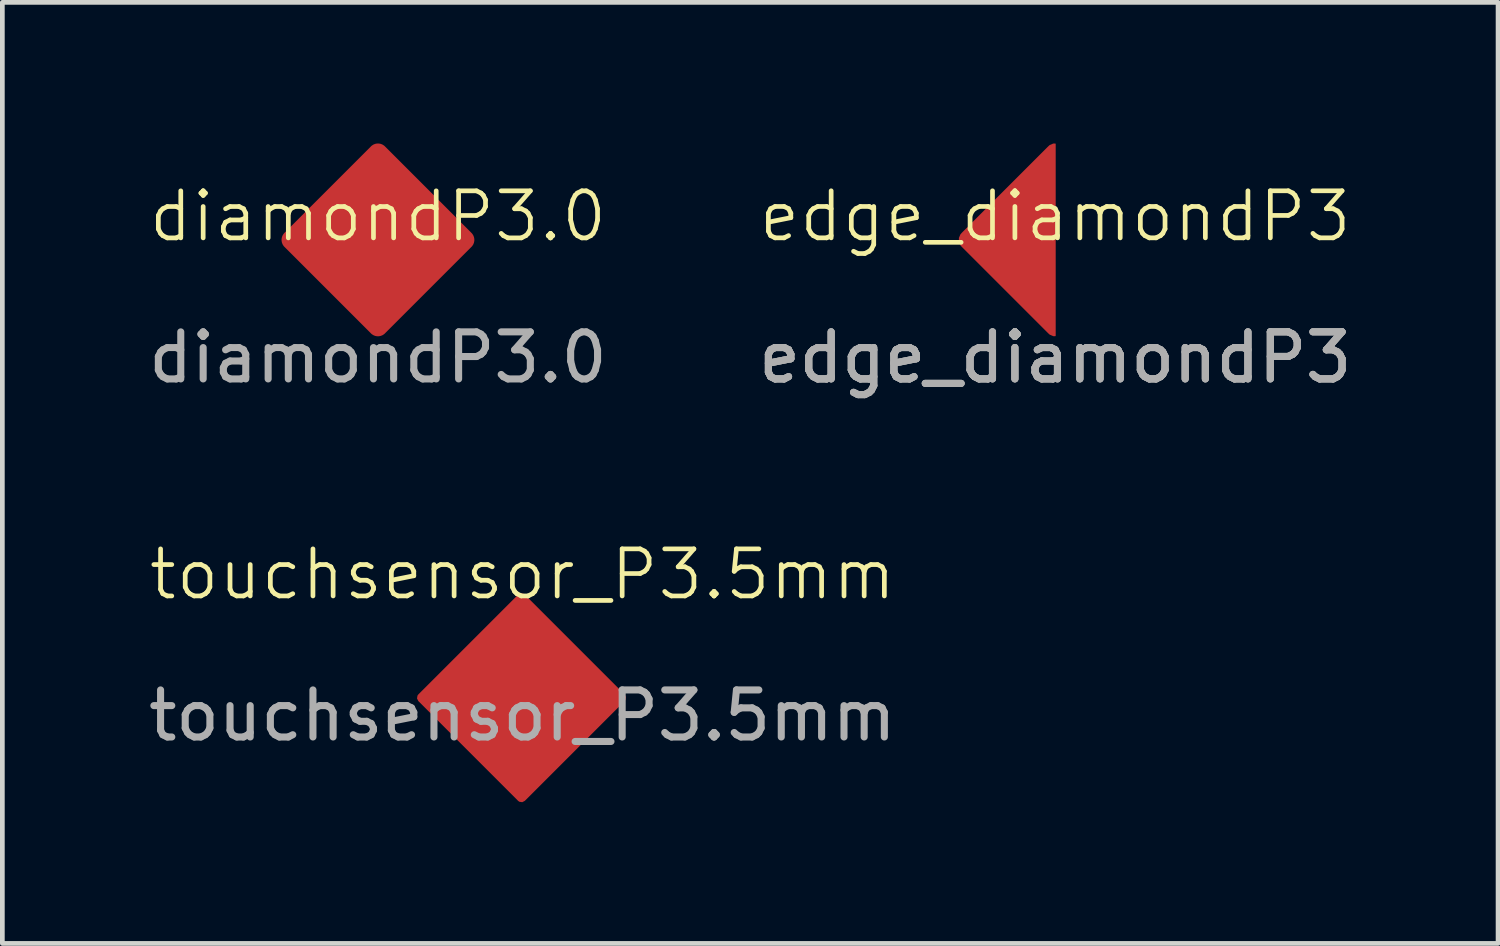
<source format=kicad_pcb>
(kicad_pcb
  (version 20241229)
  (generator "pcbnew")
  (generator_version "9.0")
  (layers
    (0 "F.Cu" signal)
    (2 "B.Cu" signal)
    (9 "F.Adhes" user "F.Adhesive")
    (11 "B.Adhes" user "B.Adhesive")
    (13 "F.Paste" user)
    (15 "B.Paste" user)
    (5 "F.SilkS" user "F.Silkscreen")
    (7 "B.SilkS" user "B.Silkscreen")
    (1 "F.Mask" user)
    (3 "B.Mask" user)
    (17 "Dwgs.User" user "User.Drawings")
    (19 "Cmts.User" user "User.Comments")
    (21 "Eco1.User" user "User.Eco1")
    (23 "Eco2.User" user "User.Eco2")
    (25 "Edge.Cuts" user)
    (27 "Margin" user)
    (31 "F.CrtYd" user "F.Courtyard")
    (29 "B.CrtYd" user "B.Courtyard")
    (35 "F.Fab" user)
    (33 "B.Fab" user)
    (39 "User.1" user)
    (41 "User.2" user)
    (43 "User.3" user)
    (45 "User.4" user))
  (footprint "touchsensor_P3.5mm"
    (layer "F.Cu")
    (at 8.032 11.778)
    (property "Reference" "touchsensor_P3.5mm" (at 0.021 -2.621 0) (unlocked yes) (layer "F.SilkS") (effects (font (size 1 1) (thickness 0.1))))
    (attr smd)
    (fp_text user "${REFERENCE}" (at 0.021 0.379 0) (unlocked yes) (layer "F.Fab") (effects (font (size 1 1) (thickness 0.15))))
    (pad "1" smd circle (at -1.1 0) (size 0.8 0.8) (layers "F.Cu" "F.Mask" "F.Paste"))
    (pad "1" smd circle (at 0 -1) (size 0.8 0.8) (layers "F.Cu" "F.Mask" "F.Paste"))
    (pad "1" smd custom (at 0 0) (size 0.8 0.8) (layers "F.Cu" "F.Mask" "F.Paste") (options (anchor circle)) (primitives (gr_poly (pts (xy -2.121 0) (xy 0 -2.121) (xy 2.121 0) (xy 0 2.121)) (width 0.2) (fill yes))))
    (pad "1" smd circle (at 0 1.1) (size 0.8 0.8) (layers "F.Cu" "F.Mask" "F.Paste"))
    (pad "1" smd circle (at 1.1 0) (size 0.8 0.8) (layers "F.Cu" "F.Mask" "F.Paste")))
  (footprint "diamondP3.0"
    (layer "F.Cu")
    (at 4.982 2.048)
    (property "Reference" "diamondP3.0" (at 0 -0.5 0) (unlocked yes) (layer "F.SilkS") (effects (font (size 1 1) (thickness 0.1))))
    (attr smd)
    (fp_text user "${REFERENCE}" (at 0 2.5 0) (unlocked yes) (layer "F.Fab") (effects (font (size 1 1) (thickness 0.15))))
    (pad "1" smd custom (at 0 0) (size 0.8 0.8) (layers "F.Cu") (options (anchor circle)) (primitives (gr_poly (pts (arc (start 1.979899 0.141421) (mid 2.038477 0) (end 1.979899 -0.141421)) (arc (start 0.141421 -1.979899) (mid 0 -2.038477) (end -0.141421 -1.979899)) (arc (start -1.979898 -0.141422) (mid -2.038477 -0.000001) (end -1.979899 0.141421)) (arc (start -0.141422 1.979898) (mid -0.000001 2.038477) (end 0.141421 1.979899))) (width 0.02) (fill yes)))))
  (footprint "edge_diamondP3"
    (layer "F.Cu")
    (at 19.375 2.047)
    (property "Reference" "edge_diamondP3" (at 0 -0.5 0) (unlocked yes) (layer "F.SilkS") (effects (font (size 1 1) (thickness 0.1))))
    (attr smd)
    (fp_text user "${REFERENCE}" (at 0 2.5 0) (unlocked yes) (layer "F.Fab") (effects (font (size 1 1) (thickness 0.15))))
    (fp_text user "${REFERENCE}" (at 0 2.5 0) (unlocked yes) (layer "F.Fab") (effects (font (size 1 1) (thickness 0.15))))
    (fp_text user "${REFERENCE}" (at 0 2.5 0) (unlocked yes) (layer "F.Fab") (effects (font (size 1 1) (thickness 0.15))))
    (pad "1" smd custom (at -0.4 0) (size 0.8 0.8) (layers "F.Cu") (options (anchor circle)) (primitives (gr_poly (pts (xy 0.4 2.037) (xy 0.4 -2.037) (xy 0.361 -2.037) (xy 0.288 -2.006) (xy 0.259 -1.98) (xy -1.58 -0.141) (xy -1.606 -0.112) (xy -1.637 -0.039) (xy -1.637 0.039) (xy -1.606 0.112) (xy -1.58 0.141) (xy 0.259 1.98) (xy 0.288 2.006) (xy 0.361 2.037)) (width 0.02) (fill yes)))))
  (gr_rect
    (start -3 -3)
    (end 28.786 16.999)
    (stroke (width 0.1) (type default))
    (fill no)
    (layer "Edge.Cuts")))
</source>
